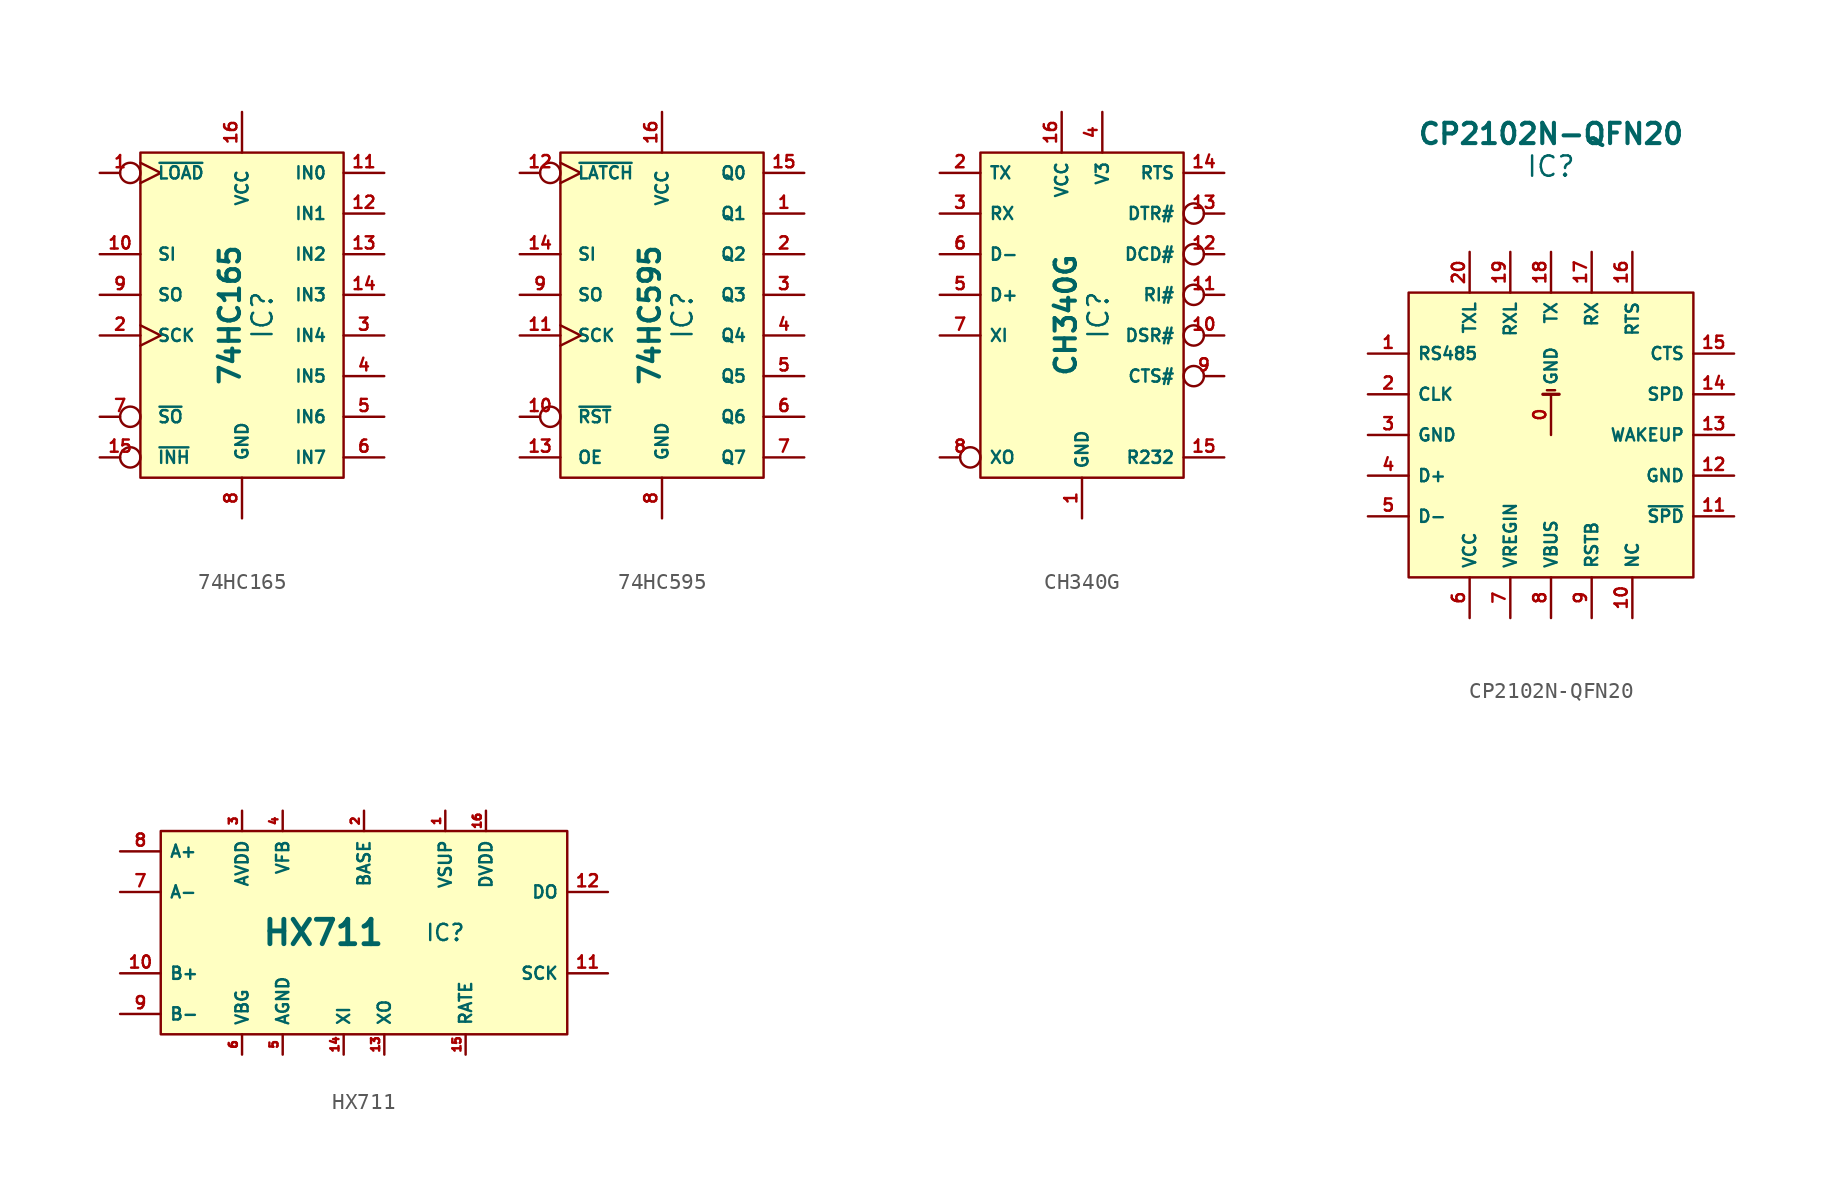
<source format=kicad_sym>
(kicad_symbol_lib
  (version 20231120)
  (generator "kicad_symbol_editor")
  (generator_version "8.0")
  (symbol "74HC165"
    (pin_names
      (offset 1.016))
    (property "Reference" "IC"
      (at 1.27 0 90)
      (effects (font (size 1.27 1.27))))
    (property "Value" "74HC165"
      (at -0.762 0 90)
      (effects (font (size 1.27 1.27) (bold yes))))
    (symbol "74HC165_0_1"
      (rectangle (start -6.35 10.16) (end 6.35 -10.16) (stroke (width 0) (type solid)) (fill (type background))))
    (symbol "74HC165_1_1"
      (pin input inverted_clock (at -8.89 8.89 0) (length 2.54) (name "~{LOAD}" (effects (font (size 0.762 0.762)))) (number "1" (effects (font (size 0.762 0.762)))))
      (pin input line (at -8.89 3.81 0) (length 2.54) (name "SI" (effects (font (size 0.762 0.762)))) (number "10" (effects (font (size 0.762 0.762)))))
      (pin input line (at 8.89 8.89 180) (length 2.54) (name "IN0" (effects (font (size 0.762 0.762)))) (number "11" (effects (font (size 0.762 0.762)))))
      (pin input line (at 8.89 6.35 180) (length 2.54) (name "IN1" (effects (font (size 0.762 0.762)))) (number "12" (effects (font (size 0.762 0.762)))))
      (pin input line (at 8.89 3.81 180) (length 2.54) (name "IN2" (effects (font (size 0.762 0.762)))) (number "13" (effects (font (size 0.762 0.762)))))
      (pin input line (at 8.89 1.27 180) (length 2.54) (name "IN3" (effects (font (size 0.762 0.762)))) (number "14" (effects (font (size 0.762 0.762)))))
      (pin input inverted (at -8.89 -8.89 0) (length 2.54) (name "~{INH}" (effects (font (size 0.762 0.762)))) (number "15" (effects (font (size 0.762 0.762)))))
      (pin power_in line (at 0 12.7 270) (length 2.54) (name "VCC" (effects (font (size 0.762 0.762)))) (number "16" (effects (font (size 0.762 0.762)))))
      (pin input clock (at -8.89 -1.27 0) (length 2.54) (name "SCK" (effects (font (size 0.762 0.762)))) (number "2" (effects (font (size 0.762 0.762)))))
      (pin input line (at 8.89 -1.27 180) (length 2.54) (name "IN4" (effects (font (size 0.762 0.762)))) (number "3" (effects (font (size 0.762 0.762)))))
      (pin input line (at 8.89 -3.81 180) (length 2.54) (name "IN5" (effects (font (size 0.762 0.762)))) (number "4" (effects (font (size 0.762 0.762)))))
      (pin input line (at 8.89 -6.35 180) (length 2.54) (name "IN6" (effects (font (size 0.762 0.762)))) (number "5" (effects (font (size 0.762 0.762)))))
      (pin input line (at 8.89 -8.89 180) (length 2.54) (name "IN7" (effects (font (size 0.762 0.762)))) (number "6" (effects (font (size 0.762 0.762)))))
      (pin input inverted (at -8.89 -6.35 0) (length 2.54) (name "~{SO}" (effects (font (size 0.762 0.762)))) (number "7" (effects (font (size 0.762 0.762)))))
      (pin power_in line (at 0 -12.7 90) (length 2.54) (name "GND" (effects (font (size 0.762 0.762)))) (number "8" (effects (font (size 0.762 0.762)))))
      (pin output line (at -8.89 1.27 0) (length 2.54) (name "SO" (effects (font (size 0.762 0.762)))) (number "9" (effects (font (size 0.762 0.762)))))))
  (symbol "74HC595"
    (pin_names
      (offset 1.016))
    (property "Reference" "IC"
      (at 1.27 0 90)
      (effects (font (size 1.27 1.27))))
    (property "Value" "74HC595"
      (at -0.762 0 90)
      (effects (font (size 1.27 1.27) (bold yes))))
    (symbol "74HC595_0_1"
      (rectangle (start -6.35 10.16) (end 6.35 -10.16) (stroke (width 0) (type solid)) (fill (type background))))
    (symbol "74HC595_1_1"
      (pin output line (at 8.89 6.35 180) (length 2.54) (name "Q1" (effects (font (size 0.762 0.762)))) (number "1" (effects (font (size 0.762 0.762)))))
      (pin input inverted (at -8.89 -6.35 0) (length 2.54) (name "~{RST}" (effects (font (size 0.762 0.762)))) (number "10" (effects (font (size 0.762 0.762)))))
      (pin input clock (at -8.89 -1.27 0) (length 2.54) (name "SCK" (effects (font (size 0.762 0.762)))) (number "11" (effects (font (size 0.762 0.762)))))
      (pin input inverted_clock (at -8.89 8.89 0) (length 2.54) (name "~{LATCH}" (effects (font (size 0.762 0.762)))) (number "12" (effects (font (size 0.762 0.762)))))
      (pin input line (at -8.89 -8.89 0) (length 2.54) (name "OE" (effects (font (size 0.762 0.762)))) (number "13" (effects (font (size 0.762 0.762)))))
      (pin input line (at -8.89 3.81 0) (length 2.54) (name "SI" (effects (font (size 0.762 0.762)))) (number "14" (effects (font (size 0.762 0.762)))))
      (pin output line (at 8.89 8.89 180) (length 2.54) (name "Q0" (effects (font (size 0.762 0.762)))) (number "15" (effects (font (size 0.762 0.762)))))
      (pin power_in line (at 0 12.7 270) (length 2.54) (name "VCC" (effects (font (size 0.762 0.762)))) (number "16" (effects (font (size 0.762 0.762)))))
      (pin output line (at 8.89 3.81 180) (length 2.54) (name "Q2" (effects (font (size 0.762 0.762)))) (number "2" (effects (font (size 0.762 0.762)))))
      (pin output line (at 8.89 1.27 180) (length 2.54) (name "Q3" (effects (font (size 0.762 0.762)))) (number "3" (effects (font (size 0.762 0.762)))))
      (pin output line (at 8.89 -1.27 180) (length 2.54) (name "Q4" (effects (font (size 0.762 0.762)))) (number "4" (effects (font (size 0.762 0.762)))))
      (pin output line (at 8.89 -3.81 180) (length 2.54) (name "Q5" (effects (font (size 0.762 0.762)))) (number "5" (effects (font (size 0.762 0.762)))))
      (pin output line (at 8.89 -6.35 180) (length 2.54) (name "Q6" (effects (font (size 0.762 0.762)))) (number "6" (effects (font (size 0.762 0.762)))))
      (pin output line (at 8.89 -8.89 180) (length 2.54) (name "Q7" (effects (font (size 0.762 0.762)))) (number "7" (effects (font (size 0.762 0.762)))))
      (pin power_in line (at 0 -12.7 90) (length 2.54) (name "GND" (effects (font (size 0.762 0.762)))) (number "8" (effects (font (size 0.762 0.762)))))
      (pin output line (at -8.89 1.27 0) (length 2.54) (name "SO" (effects (font (size 0.762 0.762)))) (number "9" (effects (font (size 0.762 0.762)))))))
  (symbol "CH340G"
    (property "Reference" "IC"
      (at 1.016 0 90)
      (effects (font (size 1.27 1.27))))
    (property "Value" "CH340G"
      (at -1.016 0 90)
      (effects (font (size 1.27 1.27) (bold yes))))
    (symbol "CH340G_0_1"
      (rectangle (start -6.35 10.16) (end 6.35 -10.16) (stroke (width 0) (type solid)) (fill (type background))))
    (symbol "CH340G_1_1"
      (pin power_in line (at 0 -12.7 90) (length 2.54) (name "GND" (effects (font (size 0.762 0.762)))) (number "1" (effects (font (size 0.762 0.762)))))
      (pin passive inverted (at 8.89 -1.27 180) (length 2.54) (name "DSR#" (effects (font (size 0.762 0.762)))) (number "10" (effects (font (size 0.762 0.762)))))
      (pin passive inverted (at 8.89 1.27 180) (length 2.54) (name "RI#" (effects (font (size 0.762 0.762)))) (number "11" (effects (font (size 0.762 0.762)))))
      (pin passive inverted (at 8.89 3.81 180) (length 2.54) (name "DCD#" (effects (font (size 0.762 0.762)))) (number "12" (effects (font (size 0.762 0.762)))))
      (pin passive inverted (at 8.89 6.35 180) (length 2.54) (name "DTR#" (effects (font (size 0.762 0.762)))) (number "13" (effects (font (size 0.762 0.762)))))
      (pin passive line (at 8.89 8.89 180) (length 2.54) (name "RTS" (effects (font (size 0.762 0.762)))) (number "14" (effects (font (size 0.762 0.762)))))
      (pin passive line (at 8.89 -8.89 180) (length 2.54) (name "R232" (effects (font (size 0.762 0.762)))) (number "15" (effects (font (size 0.762 0.762)))))
      (pin power_in line (at -1.27 12.7 270) (length 2.54) (name "VCC" (effects (font (size 0.762 0.762)))) (number "16" (effects (font (size 0.762 0.762)))))
      (pin output line (at -8.89 8.89 0) (length 2.54) (name "TX" (effects (font (size 0.762 0.762)))) (number "2" (effects (font (size 0.762 0.762)))))
      (pin input line (at -8.89 6.35 0) (length 2.54) (name "RX" (effects (font (size 0.762 0.762)))) (number "3" (effects (font (size 0.762 0.762)))))
      (pin power_out line (at 1.27 12.7 270) (length 2.54) (name "V3" (effects (font (size 0.762 0.762)))) (number "4" (effects (font (size 0.762 0.762)))))
      (pin bidirectional line (at -8.89 1.27 0) (length 2.54) (name "D+" (effects (font (size 0.762 0.762)))) (number "5" (effects (font (size 0.762 0.762)))))
      (pin bidirectional line (at -8.89 3.81 0) (length 2.54) (name "D-" (effects (font (size 0.762 0.762)))) (number "6" (effects (font (size 0.762 0.762)))))
      (pin passive line (at -8.89 -1.27 0) (length 2.54) (name "XI" (effects (font (size 0.762 0.762)))) (number "7" (effects (font (size 0.762 0.762)))))
      (pin passive inverted (at -8.89 -8.89 0) (length 2.54) (name "XO" (effects (font (size 0.762 0.762)))) (number "8" (effects (font (size 0.762 0.762)))))
      (pin passive inverted (at 8.89 -3.81 180) (length 2.54) (name "CTS#" (effects (font (size 0.762 0.762)))) (number "9" (effects (font (size 0.762 0.762)))))))
  (symbol "CP2102N-QFN20"
    (property "Reference" "IC"
      (at 0 16.764 0)
      (effects (font (size 1.27 1.27))))
    (property "Value" "CP2102N-QFN20"
      (at 0 18.796 0)
      (effects (font (size 1.27 1.27) (bold yes))))
    (symbol "CP2102N-QFN20_0_1"
      (rectangle (start -8.89 8.89) (end 8.89 -8.89) (stroke (width 0) (type solid)) (fill (type background)))
      (polyline (pts (xy -0.508 2.54) (xy 0.508 2.54)) (stroke (width 0.203) (type solid)) (fill (type none)))
      (polyline (pts (xy -0.254 2.794) (xy 0.254 2.794)) (stroke (width 0) (type solid)) (fill (type none))))
    (symbol "CP2102N-QFN20_1_1"
      (pin passive line (at 0 0 90) (length 2.54) (name "GND" (effects (font (size 0.762 0.762)))) (number "0" (effects (font (size 0.762 0.762)))))
      (pin output line (at -11.43 5.08 0) (length 2.54) (name "RS485" (effects (font (size 0.762 0.762)))) (number "1" (effects (font (size 0.762 0.762)))))
      (pin passive line (at 5.08 -11.43 90) (length 2.54) (name "NC" (effects (font (size 0.762 0.762)))) (number "10" (effects (font (size 0.762 0.762)))))
      (pin output line (at 11.43 -5.08 180) (length 2.54) (name "~{SPD}" (effects (font (size 0.762 0.762)))) (number "11" (effects (font (size 0.762 0.762)))))
      (pin power_in line (at 11.43 -2.54 180) (length 2.54) (name "GND" (effects (font (size 0.762 0.762)))) (number "12" (effects (font (size 0.762 0.762)))))
      (pin input line (at 11.43 0 180) (length 2.54) (name "WAKEUP" (effects (font (size 0.762 0.762)))) (number "13" (effects (font (size 0.762 0.762)))))
      (pin output line (at 11.43 2.54 180) (length 2.54) (name "SPD" (effects (font (size 0.762 0.762)))) (number "14" (effects (font (size 0.762 0.762)))))
      (pin output line (at 11.43 5.08 180) (length 2.54) (name "CTS" (effects (font (size 0.762 0.762)))) (number "15" (effects (font (size 0.762 0.762)))))
      (pin input line (at 5.08 11.43 270) (length 2.54) (name "RTS" (effects (font (size 0.762 0.762)))) (number "16" (effects (font (size 0.762 0.762)))))
      (pin input line (at 2.54 11.43 270) (length 2.54) (name "RX" (effects (font (size 0.762 0.762)))) (number "17" (effects (font (size 0.762 0.762)))))
      (pin output line (at 0 11.43 270) (length 2.54) (name "TX" (effects (font (size 0.762 0.762)))) (number "18" (effects (font (size 0.762 0.762)))))
      (pin output line (at -2.54 11.43 270) (length 2.54) (name "RXL" (effects (font (size 0.762 0.762)))) (number "19" (effects (font (size 0.762 0.762)))))
      (pin output line (at -11.43 2.54 0) (length 2.54) (name "CLK" (effects (font (size 0.762 0.762)))) (number "2" (effects (font (size 0.762 0.762)))))
      (pin output line (at -5.08 11.43 270) (length 2.54) (name "TXL" (effects (font (size 0.762 0.762)))) (number "20" (effects (font (size 0.762 0.762)))))
      (pin power_in line (at -11.43 0 0) (length 2.54) (name "GND" (effects (font (size 0.762 0.762)))) (number "3" (effects (font (size 0.762 0.762)))))
      (pin bidirectional line (at -11.43 -2.54 0) (length 2.54) (name "D+" (effects (font (size 0.762 0.762)))) (number "4" (effects (font (size 0.762 0.762)))))
      (pin bidirectional line (at -11.43 -5.08 0) (length 2.54) (name "D-" (effects (font (size 0.762 0.762)))) (number "5" (effects (font (size 0.762 0.762)))))
      (pin power_out line (at -5.08 -11.43 90) (length 2.54) (name "VCC" (effects (font (size 0.762 0.762)))) (number "6" (effects (font (size 0.762 0.762)))))
      (pin power_in line (at -2.54 -11.43 90) (length 2.54) (name "VREGIN" (effects (font (size 0.762 0.762)))) (number "7" (effects (font (size 0.762 0.762)))))
      (pin input line (at 0 -11.43 90) (length 2.54) (name "VBUS" (effects (font (size 0.762 0.762)))) (number "8" (effects (font (size 0.762 0.762)))))
      (pin input line (at 2.54 -11.43 90) (length 2.54) (name "RSTB" (effects (font (size 0.762 0.762)))) (number "9" (effects (font (size 0.762 0.762)))))))
  (symbol "HX711"
    (property "Reference" "IC"
      (at 5.08 0 0)
      (effects (font (size 1.016 1.016))))
    (property "Value" "HX711"
      (at -2.54 0 0)
      (effects (font (size 1.524 1.524) (bold yes))))
    (symbol "HX711_0_1"
      (rectangle (start -12.7 6.35) (end 12.7 -6.35) (stroke (width 0) (type solid)) (fill (type background))))
    (symbol "HX711_1_1"
      (pin power_in line (at 5.08 7.62 270) (length 1.27) (name "VSUP" (effects (font (size 0.762 0.762)))) (number "1" (effects (font (size 0.508 0.508)))))
      (pin input line (at -15.24 -2.54 0) (length 2.54) (name "B+" (effects (font (size 0.762 0.762)))) (number "10" (effects (font (size 0.762 0.762)))))
      (pin input line (at 15.24 -2.54 180) (length 2.54) (name "SCK" (effects (font (size 0.762 0.762)))) (number "11" (effects (font (size 0.762 0.762)))))
      (pin output line (at 15.24 2.54 180) (length 2.54) (name "DO" (effects (font (size 0.762 0.762)))) (number "12" (effects (font (size 0.762 0.762)))))
      (pin passive line (at 1.27 -7.62 90) (length 1.27) (name "XO" (effects (font (size 0.762 0.762)))) (number "13" (effects (font (size 0.508 0.508)))))
      (pin passive line (at -1.27 -7.62 90) (length 1.27) (name "XI" (effects (font (size 0.762 0.762)))) (number "14" (effects (font (size 0.508 0.508)))))
      (pin passive line (at 6.35 -7.62 90) (length 1.27) (name "RATE" (effects (font (size 0.762 0.762)))) (number "15" (effects (font (size 0.508 0.508)))))
      (pin power_in line (at 7.62 7.62 270) (length 1.27) (name "DVDD" (effects (font (size 0.762 0.762)))) (number "16" (effects (font (size 0.508 0.508)))))
      (pin passive line (at 0 7.62 270) (length 1.27) (name "BASE" (effects (font (size 0.762 0.762)))) (number "2" (effects (font (size 0.508 0.508)))))
      (pin passive line (at -7.62 7.62 270) (length 1.27) (name "AVDD" (effects (font (size 0.762 0.762)))) (number "3" (effects (font (size 0.508 0.508)))))
      (pin passive line (at -5.08 7.62 270) (length 1.27) (name "VFB" (effects (font (size 0.762 0.762)))) (number "4" (effects (font (size 0.508 0.508)))))
      (pin power_in line (at -5.08 -7.62 90) (length 1.27) (name "AGND" (effects (font (size 0.762 0.762)))) (number "5" (effects (font (size 0.508 0.508)))))
      (pin passive line (at -7.62 -7.62 90) (length 1.27) (name "VBG" (effects (font (size 0.762 0.762)))) (number "6" (effects (font (size 0.508 0.508)))))
      (pin input line (at -15.24 2.54 0) (length 2.54) (name "A-" (effects (font (size 0.762 0.762)))) (number "7" (effects (font (size 0.762 0.762)))))
      (pin input line (at -15.24 5.08 0) (length 2.54) (name "A+" (effects (font (size 0.762 0.762)))) (number "8" (effects (font (size 0.762 0.762)))))
      (pin input line (at -15.24 -5.08 0) (length 2.54) (name "B-" (effects (font (size 0.762 0.762)))) (number "9" (effects (font (size 0.762 0.762))))))))
</source>
